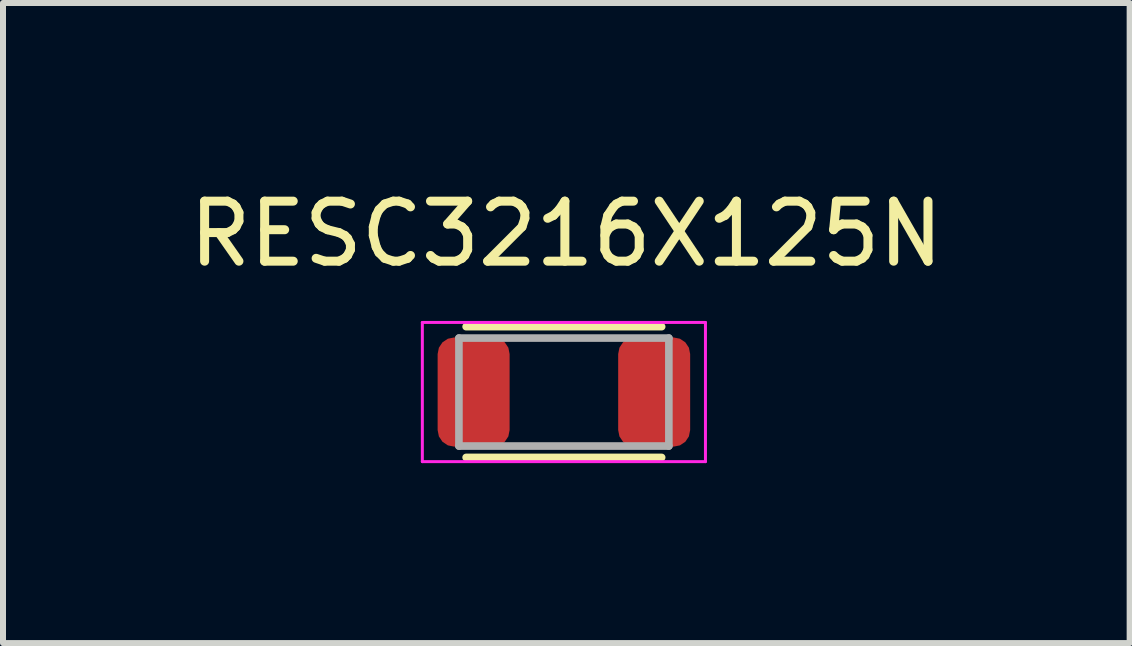
<source format=kicad_pcb>
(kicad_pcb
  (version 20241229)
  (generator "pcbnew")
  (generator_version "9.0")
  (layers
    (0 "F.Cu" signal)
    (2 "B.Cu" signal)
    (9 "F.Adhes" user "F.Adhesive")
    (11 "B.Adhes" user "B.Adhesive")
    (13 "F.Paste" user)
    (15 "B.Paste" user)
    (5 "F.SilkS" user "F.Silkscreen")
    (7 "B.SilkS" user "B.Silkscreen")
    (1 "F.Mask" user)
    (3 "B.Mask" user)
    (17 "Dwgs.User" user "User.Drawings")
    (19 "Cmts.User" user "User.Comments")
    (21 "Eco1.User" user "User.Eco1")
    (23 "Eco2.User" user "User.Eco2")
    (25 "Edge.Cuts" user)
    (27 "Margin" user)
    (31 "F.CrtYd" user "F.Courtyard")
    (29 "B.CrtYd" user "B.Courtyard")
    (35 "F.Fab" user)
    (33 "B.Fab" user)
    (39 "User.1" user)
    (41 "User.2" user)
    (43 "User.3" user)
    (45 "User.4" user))
  (footprint "RESC3216X125N"
    (layer "F.Cu")
    (at 6.351 3.486)
    (property "Reference" "RESC3216X125N" (at 0.04 -2.637 0) (layer "F.SilkS") (effects (font (size 1.001 1.001) (thickness 0.15))))
    (attr smd)
    (fp_line (start -1.63 -1.09) (end 1.63 -1.09) (stroke (width 0.127) (type solid)) (layer "F.SilkS"))
    (fp_line (start -1.63 1.09) (end 1.63 1.09) (stroke (width 0.127) (type solid)) (layer "F.SilkS"))
    (fp_line (start -2.36 -1.16) (end 2.36 -1.16) (stroke (width 0.05) (type solid)) (layer "F.CrtYd"))
    (fp_line (start -2.36 1.16) (end -2.36 -1.16) (stroke (width 0.05) (type solid)) (layer "F.CrtYd"))
    (fp_line (start 2.36 -1.16) (end 2.36 1.16) (stroke (width 0.05) (type solid)) (layer "F.CrtYd"))
    (fp_line (start 2.36 1.16) (end -2.36 1.16) (stroke (width 0.05) (type solid)) (layer "F.CrtYd"))
    (fp_line (start -1.75 -0.9) (end 1.75 -0.9) (stroke (width 0.127) (type solid)) (layer "F.Fab"))
    (fp_line (start -1.75 0.9) (end -1.75 -0.9) (stroke (width 0.127) (type solid)) (layer "F.Fab"))
    (fp_line (start 1.75 -0.9) (end 1.75 0.9) (stroke (width 0.127) (type solid)) (layer "F.Fab"))
    (fp_line (start 1.75 0.9) (end -1.75 0.9) (stroke (width 0.127) (type solid)) (layer "F.Fab"))
    (pad "1" smd roundrect (at -1.505 0) (size 1.2 1.82) (layers "F.Cu" "F.Mask" "F.Paste") (roundrect_rratio 0.23))
    (pad "2" smd roundrect (at 1.505 0) (size 1.2 1.82) (layers "F.Cu" "F.Mask" "F.Paste") (roundrect_rratio 0.23)))
  (gr_rect
    (start -3 -3)
    (end 15.783 7.671)
    (stroke (width 0.1) (type default))
    (fill no)
    (layer "Edge.Cuts")))
</source>
